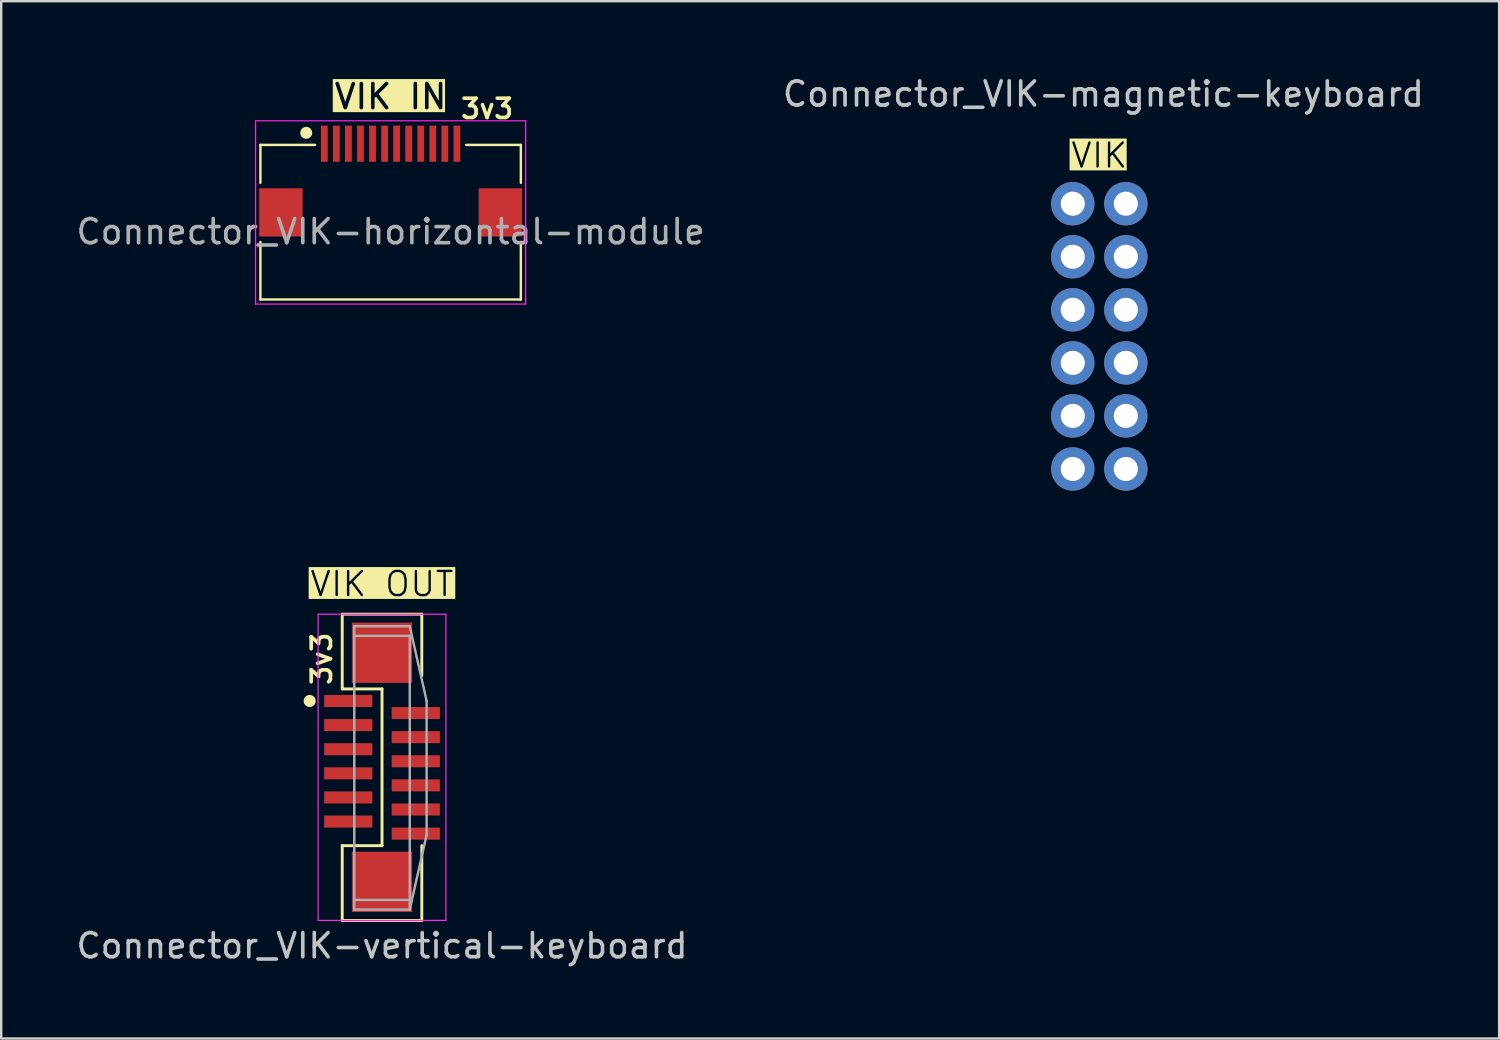
<source format=kicad_pcb>
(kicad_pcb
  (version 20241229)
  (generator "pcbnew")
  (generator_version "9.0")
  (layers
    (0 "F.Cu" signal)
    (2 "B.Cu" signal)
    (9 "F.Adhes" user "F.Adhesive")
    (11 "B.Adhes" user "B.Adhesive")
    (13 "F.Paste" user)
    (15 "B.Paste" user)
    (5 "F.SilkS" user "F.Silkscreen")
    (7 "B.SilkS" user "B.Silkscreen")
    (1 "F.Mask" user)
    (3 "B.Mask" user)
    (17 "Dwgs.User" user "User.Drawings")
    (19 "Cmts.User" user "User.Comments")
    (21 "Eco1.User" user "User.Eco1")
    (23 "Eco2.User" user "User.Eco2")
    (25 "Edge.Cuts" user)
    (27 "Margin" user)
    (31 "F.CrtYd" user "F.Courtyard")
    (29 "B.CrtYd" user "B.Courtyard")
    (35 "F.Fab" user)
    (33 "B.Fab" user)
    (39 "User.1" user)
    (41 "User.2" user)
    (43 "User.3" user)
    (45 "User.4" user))
  (footprint "Connector_VIK-vertical-keyboard"
    (layer "F.Cu")
    (at 12.792 28.77)
    (property "Reference" "Connector_VIK-vertical-keyboard" (at 0 7.4 0) (layer "Dwgs.User") (effects (font (size 1 1) (thickness 0.15))))
    (attr smd)
    (fp_line (start -1.65 -6.35) (end -1.65 -3.25) (stroke (width 0.12) (type default)) (layer "F.SilkS"))
    (fp_line (start -1.65 -6.35) (end 1.65 -6.35) (stroke (width 0.12) (type default)) (layer "F.SilkS"))
    (fp_line (start -1.65 6.35) (end -1.65 3.25) (stroke (width 0.12) (type default)) (layer "F.SilkS"))
    (fp_line (start -1.65 6.35) (end 1.65 6.35) (stroke (width 0.12) (type default)) (layer "F.SilkS"))
    (fp_line (start 0 -3.25) (end -1.65 -3.25) (stroke (width 0.12) (type default)) (layer "F.SilkS"))
    (fp_line (start 0 -3.25) (end 0 3.25) (stroke (width 0.12) (type default)) (layer "F.SilkS"))
    (fp_line (start 0 3.25) (end -1.65 3.25) (stroke (width 0.12) (type default)) (layer "F.SilkS"))
    (fp_line (start 1.65 -6.35) (end 1.65 -3.8) (stroke (width 0.12) (type default)) (layer "F.SilkS"))
    (fp_line (start 1.65 6.35) (end 1.65 3.25) (stroke (width 0.12) (type default)) (layer "F.SilkS"))
    (fp_circle (center -3 -2.75) (end -2.875 -2.75) (stroke (width 0.25) (type solid)) (fill yes) (layer "F.SilkS"))
    (fp_line (start -2.65 -6.35) (end 2.65 -6.35) (stroke (width 0.05) (type solid)) (layer "F.CrtYd"))
    (fp_line (start -2.65 6.35) (end -2.65 -6.35) (stroke (width 0.05) (type solid)) (layer "F.CrtYd"))
    (fp_line (start 2.65 -6.35) (end 2.65 6.35) (stroke (width 0.05) (type solid)) (layer "F.CrtYd"))
    (fp_line (start 2.65 6.35) (end -2.65 6.35) (stroke (width 0.05) (type solid)) (layer "F.CrtYd"))
    (fp_line (start -1.15 -5.85) (end 1.15 -5.85) (stroke (width 0.1) (type solid)) (layer "F.Fab"))
    (fp_line (start -1.15 -5.45) (end 1.15 -5.45) (stroke (width 0.1) (type solid)) (layer "F.Fab"))
    (fp_line (start -1.15 5.9) (end -1.15 -5.85) (stroke (width 0.1) (type solid)) (layer "F.Fab"))
    (fp_line (start 1.15 -5.85) (end 1.85 -2.75) (stroke (width 0.1) (type solid)) (layer "F.Fab"))
    (fp_line (start 1.15 -5.45) (end 1.15 5.9) (stroke (width 0.1) (type solid)) (layer "F.Fab"))
    (fp_line (start 1.15 5.5) (end -1.15 5.5) (stroke (width 0.1) (type solid)) (layer "F.Fab"))
    (fp_line (start 1.15 5.9) (end -1.15 5.9) (stroke (width 0.1) (type solid)) (layer "F.Fab"))
    (fp_line (start 1.85 -2.75) (end 1.85 2.8) (stroke (width 0.1) (type solid)) (layer "F.Fab"))
    (fp_line (start 1.85 2.8) (end 1.15 5.9) (stroke (width 0.1) (type solid)) (layer "F.Fab"))
    (fp_text user "VIK OUT" (at 0 -7.6 0) (unlocked yes) (layer "F.SilkS" knockout) (effects (font (size 1 1) (thickness 0.1))))
    (fp_text user "3v3" (at -2.5 -4.5 90) (unlocked yes) (layer "F.SilkS") (effects (font (size 0.8 0.8) (thickness 0.15))))
    (pad "" smd rect (at 0 -4.75) (size 2.5 2.5) (layers "F.Cu" "F.Mask" "F.Paste"))
    (pad "" smd rect (at 0 4.75) (size 2.5 2.5) (layers "F.Cu" "F.Mask" "F.Paste"))
    (pad "1" smd custom (at -1.9 -2.75 180) (size 1 0.5) (layers "F.Cu" "F.Mask" "F.Paste") (options (anchor rect)) (primitives (gr_poly (pts (xy -1.5 0.25) (xy -0.5 0.25) (xy -0.5 -0.25) (xy -1.5 -0.25)) (width 0) (fill yes))))
    (pad "2" smd custom (at 1.9 -2.25) (size 1 0.5) (layers "F.Cu" "F.Mask" "F.Paste") (options (anchor rect)) (primitives (gr_poly (pts (xy -1.5 0.25) (xy -0.5 0.25) (xy -0.5 -0.25) (xy -1.5 -0.25)) (width 0) (fill yes))))
    (pad "3" smd custom (at -1.9 -1.75 180) (size 1 0.5) (layers "F.Cu" "F.Mask" "F.Paste") (options (anchor rect)) (primitives (gr_poly (pts (xy -1.5 0.25) (xy -0.5 0.25) (xy -0.5 -0.25) (xy -1.5 -0.25)) (width 0) (fill yes))))
    (pad "4" smd custom (at 1.9 -1.25) (size 1 0.5) (layers "F.Cu" "F.Mask" "F.Paste") (options (anchor rect)) (primitives (gr_poly (pts (xy -1.5 0.25) (xy -0.5 0.25) (xy -0.5 -0.25) (xy -1.5 -0.25)) (width 0) (fill yes))))
    (pad "5" smd custom (at -1.9 -0.75 180) (size 1 0.5) (layers "F.Cu" "F.Mask" "F.Paste") (options (anchor rect)) (primitives (gr_poly (pts (xy -1.5 0.25) (xy -0.5 0.25) (xy -0.5 -0.25) (xy -1.5 -0.25)) (width 0) (fill yes))))
    (pad "6" smd custom (at 1.9 -0.25) (size 1 0.5) (layers "F.Cu" "F.Mask" "F.Paste") (options (anchor rect)) (primitives (gr_poly (pts (xy -1.5 0.25) (xy -0.5 0.25) (xy -0.5 -0.25) (xy -1.5 -0.25)) (width 0) (fill yes))))
    (pad "7" smd rect (at -1.4 0.25 270) (size 0.5 2) (layers "F.Cu" "F.Mask" "F.Paste"))
    (pad "8" smd custom (at 1.9 0.75) (size 1 0.5) (layers "F.Cu" "F.Mask" "F.Paste") (options (anchor rect)) (primitives (gr_poly (pts (xy -1.5 0.25) (xy -0.5 0.25) (xy -0.5 -0.25) (xy -1.5 -0.25)) (width 0) (fill yes))))
    (pad "9" smd custom (at -1.9 1.25 180) (size 1 0.5) (layers "F.Cu" "F.Mask" "F.Paste") (options (anchor rect)) (primitives (gr_poly (pts (xy -1.5 0.25) (xy -0.5 0.25) (xy -0.5 -0.25) (xy -1.5 -0.25)) (width 0) (fill yes))))
    (pad "10" smd custom (at 1.9 1.75) (size 1 0.5) (layers "F.Cu" "F.Mask" "F.Paste") (options (anchor rect)) (primitives (gr_poly (pts (xy -1.5 0.25) (xy -0.5 0.25) (xy -0.5 -0.25) (xy -1.5 -0.25)) (width 0) (fill yes))))
    (pad "11" smd custom (at -1.9 2.25 180) (size 1 0.5) (layers "F.Cu" "F.Mask" "F.Paste") (options (anchor rect)) (primitives (gr_poly (pts (xy -1.5 0.25) (xy -0.5 0.25) (xy -0.5 -0.25) (xy -1.5 -0.25)) (width 0) (fill yes))))
    (pad "12" smd custom (at 1.9 2.75) (size 1 0.5) (layers "F.Cu" "F.Mask" "F.Paste") (options (anchor rect)) (primitives (gr_poly (pts (xy -1.5 0.25) (xy -0.5 0.25) (xy -0.5 -0.25) (xy -1.5 -0.25)) (width 0) (fill yes)))))
  (footprint "Connector_VIK-horizontal-module"
    (layer "F.Cu")
    (at 13.149 4.459)
    (property "Reference" "Connector_VIK-horizontal-module" (at 0 2.1 0) (layer "F.Fab") (effects (font (size 1 1) (thickness 0.15))))
    (attr smd)
    (fp_line (start -5.4 -1.5) (end -3.131 -1.5) (stroke (width 0.1) (type solid)) (layer "F.SilkS"))
    (fp_line (start -5.4 0.075) (end -5.4 -1.5) (stroke (width 0.1) (type solid)) (layer "F.SilkS"))
    (fp_line (start -5.4 4.909) (end -5.4 2.526) (stroke (width 0.1) (type solid)) (layer "F.SilkS"))
    (fp_line (start 5.4 -1.5) (end 3.131 -1.5) (stroke (width 0.1) (type solid)) (layer "F.SilkS"))
    (fp_line (start 5.4 0.075) (end 5.4 -1.5) (stroke (width 0.1) (type solid)) (layer "F.SilkS"))
    (fp_line (start 5.4 4.909) (end -5.4 4.909) (stroke (width 0.1) (type solid)) (layer "F.SilkS"))
    (fp_line (start 5.4 4.909) (end 5.4 2.526) (stroke (width 0.1) (type solid)) (layer "F.SilkS"))
    (fp_circle (center -3.5 -2) (end -3.375 -2) (stroke (width 0.25) (type solid)) (fill no) (layer "F.SilkS"))
    (fp_line (start -5.6 -2.5) (end -5.6 5.1) (stroke (width 0.05) (type solid)) (layer "F.CrtYd"))
    (fp_line (start -5.6 5.1) (end 5.6 5.1) (stroke (width 0.05) (type solid)) (layer "F.CrtYd"))
    (fp_line (start 5.6 -2.5) (end -5.6 -2.5) (stroke (width 0.05) (type solid)) (layer "F.CrtYd"))
    (fp_line (start 5.6 5.1) (end 5.6 -2.5) (stroke (width 0.05) (type solid)) (layer "F.CrtYd"))
    (fp_text user "3v3" (at 4 -3 0) (unlocked yes) (layer "F.SilkS") (effects (font (size 0.8 0.8) (thickness 0.15))))
    (fp_text user "VIK IN" (at 0 -3.5 0) (unlocked yes) (layer "F.SilkS" knockout) (effects (font (size 1 1) (thickness 0.15))))
    (fp_text user "C479750" (at 0 0.7 0) (layer "User.2") (effects (font (size 1 1) (thickness 0.15))))
    (pad "1" smd rect (at -2.75 -1.55) (size 0.28 1.5) (layers "F.Cu" "F.Mask" "F.Paste"))
    (pad "2" smd rect (at -2.25 -1.55) (size 0.28 1.5) (layers "F.Cu" "F.Mask" "F.Paste"))
    (pad "3" smd rect (at -1.75 -1.55) (size 0.28 1.5) (layers "F.Cu" "F.Mask" "F.Paste"))
    (pad "4" smd rect (at -1.25 -1.55) (size 0.28 1.5) (layers "F.Cu" "F.Mask" "F.Paste"))
    (pad "5" smd rect (at -0.75 -1.55) (size 0.28 1.5) (layers "F.Cu" "F.Mask" "F.Paste"))
    (pad "6" smd rect (at -0.25 -1.55) (size 0.28 1.5) (layers "F.Cu" "F.Mask" "F.Paste"))
    (pad "7" smd rect (at 0.25 -1.55) (size 0.28 1.5) (layers "F.Cu" "F.Mask" "F.Paste"))
    (pad "8" smd rect (at 0.75 -1.55) (size 0.28 1.5) (layers "F.Cu" "F.Mask" "F.Paste"))
    (pad "9" smd rect (at 1.25 -1.55) (size 0.28 1.5) (layers "F.Cu" "F.Mask" "F.Paste"))
    (pad "10" smd rect (at 1.75 -1.55) (size 0.28 1.5) (layers "F.Cu" "F.Mask" "F.Paste"))
    (pad "11" smd rect (at 2.25 -1.55) (size 0.28 1.5) (layers "F.Cu" "F.Mask" "F.Paste"))
    (pad "12" smd rect (at 2.75 -1.55) (size 0.28 1.5) (layers "F.Cu" "F.Mask" "F.Paste"))
    (pad "MP" smd rect (at -4.55 1.3) (size 1.8 2) (layers "F.Cu" "F.Mask" "F.Paste"))
    (pad "MP" smd rect (at 4.55 1.3) (size 1.8 2) (layers "F.Cu" "F.Mask" "F.Paste")))
  (footprint "Connector_VIK-magnetic-keyboard"
    (layer "F.Cu")
    (at 42.538 10.898)
    (property "Reference" "Connector_VIK-magnetic-keyboard" (at 0.17 -10.05 180) (layer "Dwgs.User") (effects (font (size 1 1) (thickness 0.15))))
    (attr through_hole)
    (fp_text user "VIK" (at 0 -7.5 180) (layer "F.SilkS" knockout) (effects (font (size 1 1) (thickness 0.1))))
    (pad "1" thru_hole circle (at -1.1 5.5 180) (size 1.8 1.8) (drill 1) (layers "*.Cu" "*.Mask"))
    (pad "2" thru_hole circle (at 1.1 5.5 180) (size 1.8 1.8) (drill 1) (layers "*.Cu" "*.Mask"))
    (pad "3" thru_hole circle (at -1.1 3.3 180) (size 1.8 1.8) (drill 1) (layers "*.Cu" "*.Mask"))
    (pad "4" thru_hole circle (at 1.1 3.3 180) (size 1.8 1.8) (drill 1) (layers "*.Cu" "*.Mask"))
    (pad "5" thru_hole circle (at -1.1 1.1 180) (size 1.8 1.8) (drill 1) (layers "*.Cu" "*.Mask"))
    (pad "6" thru_hole circle (at 1.1 1.1 180) (size 1.8 1.8) (drill 1) (layers "*.Cu" "*.Mask"))
    (pad "7" thru_hole circle (at -1.1 -1.1 180) (size 1.8 1.8) (drill 1) (layers "*.Cu" "*.Mask"))
    (pad "8" thru_hole circle (at 1.1 -1.1 180) (size 1.8 1.8) (drill 1) (layers "*.Cu" "*.Mask"))
    (pad "9" thru_hole circle (at -1.1 -3.3 180) (size 1.8 1.8) (drill 1) (layers "*.Cu" "*.Mask"))
    (pad "10" thru_hole circle (at 1.1 -3.3 180) (size 1.8 1.8) (drill 1) (layers "*.Cu" "*.Mask"))
    (pad "11" thru_hole circle (at -1.1 -5.5 180) (size 1.8 1.8) (drill 1) (layers "*.Cu" "*.Mask"))
    (pad "12" thru_hole circle (at 1.1 -5.5 180) (size 1.8 1.8) (drill 1) (layers "*.Cu" "*.Mask")))
  (gr_rect
    (start -3 -3)
    (end 59.119 40.018)
    (stroke (width 0.1) (type default))
    (fill no)
    (layer "Edge.Cuts")))
</source>
